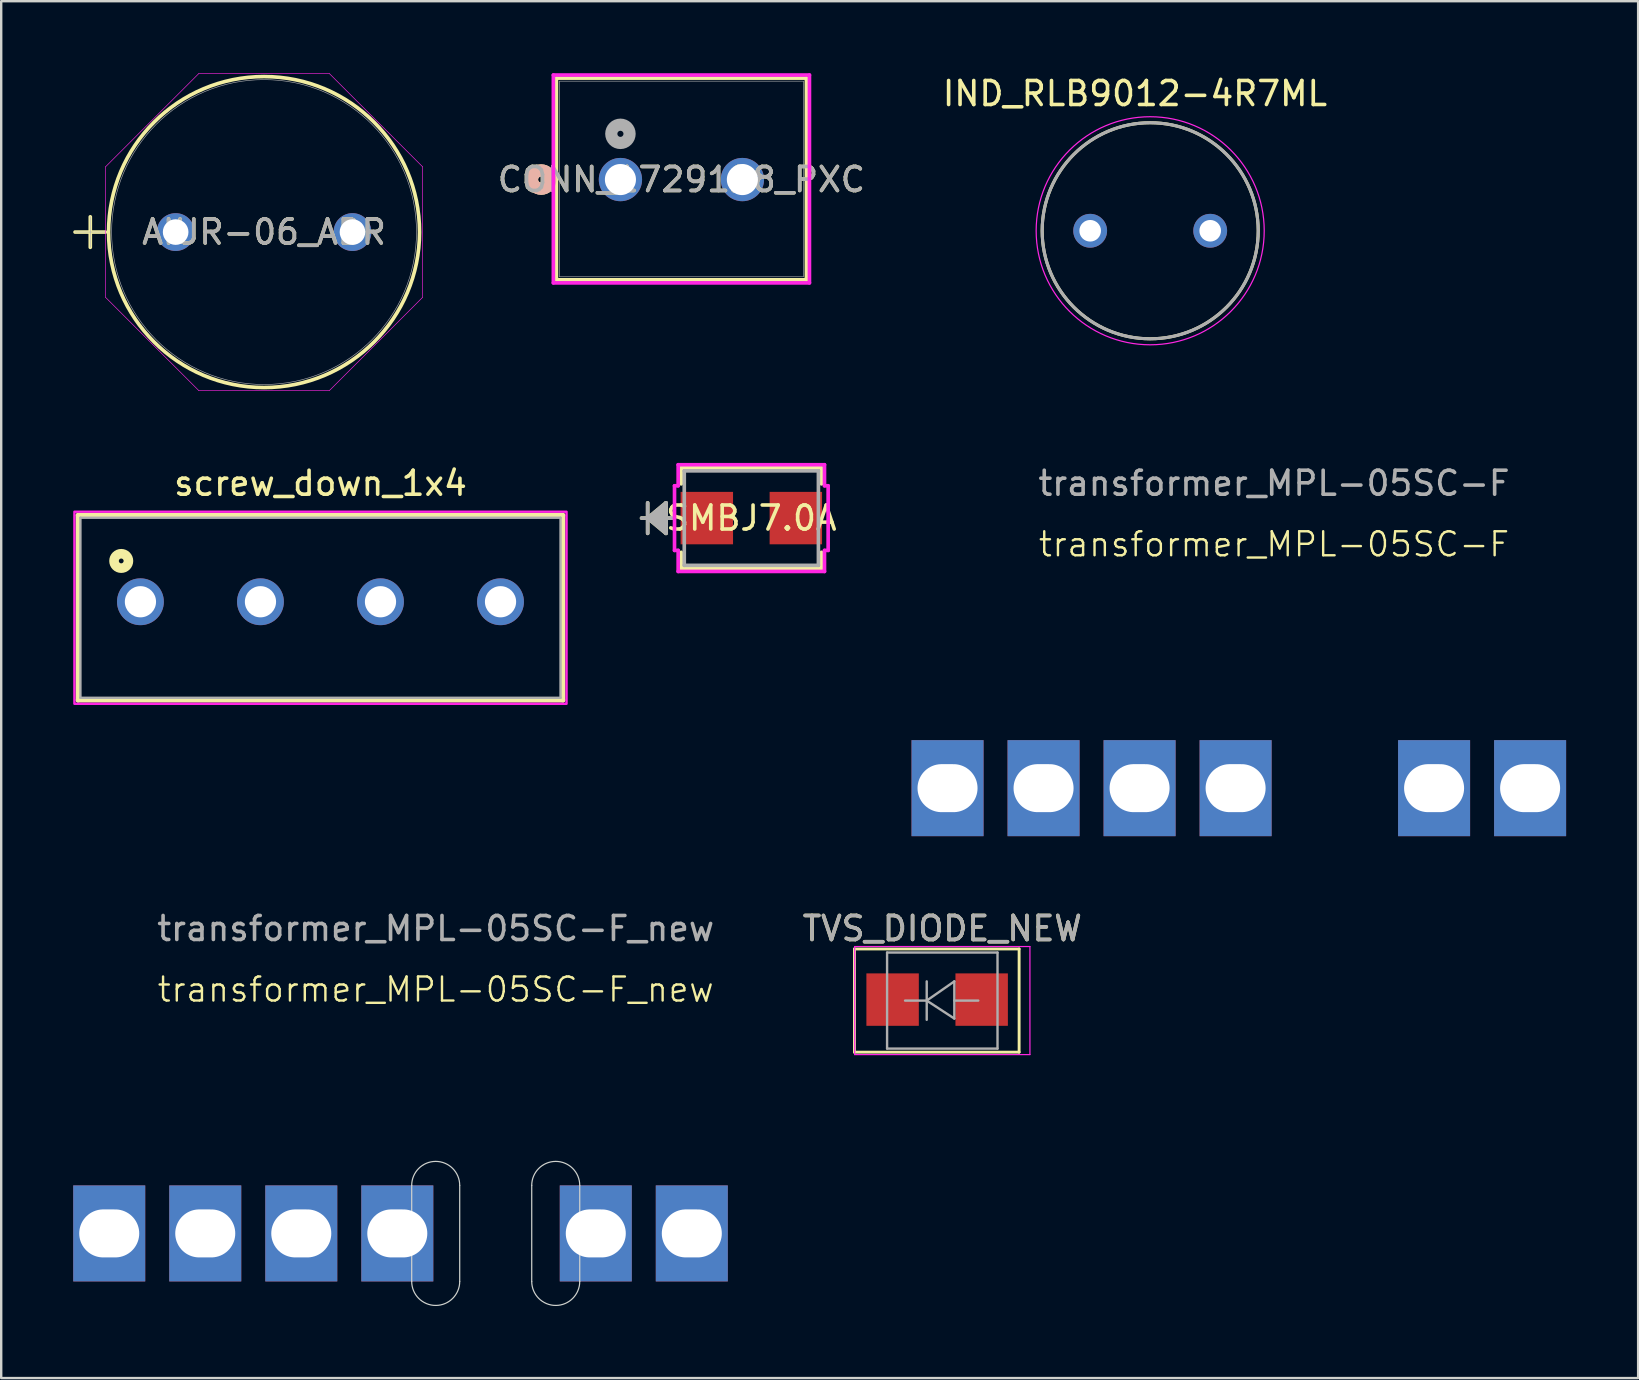
<source format=kicad_pcb>
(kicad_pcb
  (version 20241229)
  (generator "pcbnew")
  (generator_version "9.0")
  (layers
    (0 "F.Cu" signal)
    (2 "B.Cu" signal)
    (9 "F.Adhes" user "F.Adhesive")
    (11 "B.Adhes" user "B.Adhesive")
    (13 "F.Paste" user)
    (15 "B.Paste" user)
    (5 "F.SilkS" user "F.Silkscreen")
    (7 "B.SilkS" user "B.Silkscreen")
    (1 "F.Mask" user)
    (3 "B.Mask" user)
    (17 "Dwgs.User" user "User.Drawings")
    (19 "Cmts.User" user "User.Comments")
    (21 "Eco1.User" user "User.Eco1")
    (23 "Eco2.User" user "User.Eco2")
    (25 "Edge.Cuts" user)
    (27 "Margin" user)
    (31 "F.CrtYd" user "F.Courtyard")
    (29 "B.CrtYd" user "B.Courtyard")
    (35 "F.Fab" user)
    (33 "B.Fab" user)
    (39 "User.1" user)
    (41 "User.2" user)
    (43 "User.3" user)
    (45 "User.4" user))
  (footprint "TVS_DIODE_NEW"
    (layer "F.Cu")
    (at 36.203 38.63)
    (property "Reference" "TVS_DIODE_NEW" (at 0 -3 0) (layer "F.SilkS") (effects (font (size 1 1) (thickness 0.15))))
    (attr smd)
    (fp_line (start -3.66 -2.15) (end -3.66 2.15) (stroke (width 0.12) (type solid)) (layer "F.SilkS"))
    (fp_line (start -3.66 -2.15) (end 3.2 -2.15) (stroke (width 0.12) (type solid)) (layer "F.SilkS"))
    (fp_line (start -3.66 2.15) (end 3.2 2.15) (stroke (width 0.12) (type solid)) (layer "F.SilkS"))
    (fp_line (start 3.2 -2.15) (end 3.2 2.15) (stroke (width 0.12) (type solid)) (layer "F.SilkS"))
    (fp_line (start -3.65 -2.25) (end 3.65 -2.25) (stroke (width 0.05) (type solid)) (layer "F.CrtYd"))
    (fp_line (start -3.65 2.25) (end -3.65 -2.25) (stroke (width 0.05) (type solid)) (layer "F.CrtYd"))
    (fp_line (start 3.65 -2.25) (end 3.65 2.25) (stroke (width 0.05) (type solid)) (layer "F.CrtYd"))
    (fp_line (start 3.65 2.25) (end -3.65 2.25) (stroke (width 0.05) (type solid)) (layer "F.CrtYd"))
    (fp_line (start -2.3 2) (end -2.3 -2) (stroke (width 0.1) (type solid)) (layer "F.Fab"))
    (fp_line (start -0.649 -0.799) (end -0.649 0.801) (stroke (width 0.1) (type solid)) (layer "F.Fab"))
    (fp_line (start -0.649 0.001) (end -1.551 0.001) (stroke (width 0.1) (type solid)) (layer "F.Fab"))
    (fp_line (start -0.649 0.001) (end 0.501 -0.799) (stroke (width 0.1) (type solid)) (layer "F.Fab"))
    (fp_line (start -0.649 0.001) (end 0.501 0.75) (stroke (width 0.1) (type solid)) (layer "F.Fab"))
    (fp_line (start 0.501 0.001) (end 1.499 0.001) (stroke (width 0.1) (type solid)) (layer "F.Fab"))
    (fp_line (start 0.501 0.75) (end 0.501 -0.799) (stroke (width 0.1) (type solid)) (layer "F.Fab"))
    (fp_line (start 2.3 -2) (end -2.3 -2) (stroke (width 0.1) (type solid)) (layer "F.Fab"))
    (fp_line (start 2.3 -2) (end 2.3 2) (stroke (width 0.1) (type solid)) (layer "F.Fab"))
    (fp_line (start 2.3 2) (end -2.3 2) (stroke (width 0.1) (type solid)) (layer "F.Fab"))
    (fp_text user "${REFERENCE}" (at 0 -3 0) (layer "F.Fab") (effects (font (size 1 1) (thickness 0.15))))
    (pad "1" smd rect (at -2.07 -0.04 90) (size 2.184 2.184) (layers "F.Cu" "F.Mask" "F.Paste"))
    (pad "2" smd rect (at 1.64 -0.04 90) (size 2.184 2.184) (layers "F.Cu" "F.Mask" "F.Paste")))
  (footprint "AIUR-06_ABR"
    (layer "F.Cu")
    (at 4.267 6.617)
    (property "Reference" "AIUR-06_ABR" (at 3.683 0 0) (unlocked yes) (layer "F.SilkS") (effects (font (size 1 1) (thickness 0.15))))
    (attr through_hole)
    (fp_line (start -4.191 0) (end -2.921 0) (stroke (width 0.152) (type solid)) (layer "F.SilkS"))
    (fp_line (start -3.556 -0.635) (end -3.556 0.635) (stroke (width 0.152) (type solid)) (layer "F.SilkS"))
    (fp_circle (center 3.683 0) (end 10.16 0) (stroke (width 0.152) (type solid)) (fill no) (layer "F.SilkS"))
    (fp_line (start -2.921 -2.719) (end 0.964 -6.604) (stroke (width 0.025) (type solid)) (layer "F.CrtYd"))
    (fp_line (start -2.921 2.719) (end -2.921 -2.719) (stroke (width 0.025) (type solid)) (layer "F.CrtYd"))
    (fp_line (start 0.964 -6.604) (end 6.402 -6.604) (stroke (width 0.025) (type solid)) (layer "F.CrtYd"))
    (fp_line (start 0.964 6.604) (end -2.921 2.719) (stroke (width 0.025) (type solid)) (layer "F.CrtYd"))
    (fp_line (start 6.402 -6.604) (end 10.287 -2.719) (stroke (width 0.025) (type solid)) (layer "F.CrtYd"))
    (fp_line (start 6.402 6.604) (end 0.964 6.604) (stroke (width 0.025) (type solid)) (layer "F.CrtYd"))
    (fp_line (start 10.287 -2.719) (end 10.287 2.719) (stroke (width 0.025) (type solid)) (layer "F.CrtYd"))
    (fp_line (start 10.287 2.719) (end 6.402 6.604) (stroke (width 0.025) (type solid)) (layer "F.CrtYd"))
    (fp_line (start -4.191 0) (end -2.921 0) (stroke (width 0.025) (type solid)) (layer "F.Fab"))
    (fp_line (start -3.556 -0.635) (end -3.556 0.635) (stroke (width 0.025) (type solid)) (layer "F.Fab"))
    (fp_circle (center 3.683 0) (end 10.033 0) (stroke (width 0.025) (type solid)) (fill no) (layer "F.Fab"))
    (fp_text user "${REFERENCE}" (at 3.683 0 0) (unlocked yes) (layer "F.Fab") (effects (font (size 1 1) (thickness 0.15))))
    (pad "1" thru_hole circle (at 0 0) (size 1.575 1.575) (drill 1.067) (layers "*.Cu" "*.Mask"))
    (pad "2" thru_hole circle (at 7.366 0) (size 1.575 1.575) (drill 1.067) (layers "*.Cu" "*.Mask")))
  (footprint "IND_RLB9012-4R7ML"
    (layer "F.Cu")
    (at 44.863 6.563)
    (property "Reference" "IND_RLB9012-4R7ML" (at -0.635 -5.715 0) (layer "F.SilkS") (effects (font (size 1 1) (thickness 0.15))))
    (attr through_hole)
    (fp_circle (center 0 0) (end 4.5 0) (stroke (width 0.127) (type solid)) (fill no) (layer "F.SilkS"))
    (fp_circle (center 0 0) (end 4.75 0) (stroke (width 0.05) (type solid)) (fill no) (layer "F.CrtYd"))
    (fp_circle (center 0 0) (end 4.5 0) (stroke (width 0.127) (type solid)) (fill no) (layer "F.Fab"))
    (pad "1" thru_hole circle (at -2.5 0) (size 1.408 1.408) (drill 0.9) (layers "*.Cu" "*.Mask"))
    (pad "2" thru_hole circle (at 2.5 0) (size 1.408 1.408) (drill 0.9) (layers "*.Cu" "*.Mask")))
  (footprint "transformer_MPL-05SC-F_new"
    (layer "F.Cu")
    (at 15.1 48.33)
    (property "Reference" "transformer_MPL-05SC-F_new" (at 0 -10.16 0) (unlocked yes) (layer "F.SilkS") (effects (font (size 1 1) (thickness 0.1))))
    (attr smd)
    (fp_line (start -1 -2) (end -1 2) (stroke (width 0.05) (type default)) (layer "Edge.Cuts"))
    (fp_line (start 1 2) (end 1 -2) (stroke (width 0.05) (type default)) (layer "Edge.Cuts"))
    (fp_line (start 4 -2) (end 4 2) (stroke (width 0.05) (type default)) (layer "Edge.Cuts"))
    (fp_line (start 6 2) (end 6 -2) (stroke (width 0.05) (type default)) (layer "Edge.Cuts"))
    (fp_arc (start -1 -2) (mid 0 -3) (end 1 -2) (stroke (width 0.05) (type default)) (layer "Edge.Cuts"))
    (fp_arc (start 1 2) (mid 0 3) (end -1 2) (stroke (width 0.05) (type default)) (layer "Edge.Cuts"))
    (fp_arc (start 4 -2) (mid 5 -3) (end 6 -2) (stroke (width 0.05) (type default)) (layer "Edge.Cuts"))
    (fp_arc (start 6 2) (mid 5 3) (end 4 2) (stroke (width 0.05) (type default)) (layer "Edge.Cuts"))
    (fp_text user "${REFERENCE}" (at 0 -12.7 0) (unlocked yes) (layer "F.Fab") (effects (font (size 1 1) (thickness 0.15))))
    (pad "1" thru_hole rect (at -13.6 0) (size 3 4) (drill oval 2.5 2) (layers "*.Cu" "*.Mask"))
    (pad "2" thru_hole rect (at -9.6 0) (size 3 4) (drill oval 2.5 2) (layers "*.Cu" "*.Mask"))
    (pad "3" thru_hole rect (at -5.6 0) (size 3 4) (drill oval 2.5 2) (layers "*.Cu" "*.Mask"))
    (pad "4" thru_hole rect (at -1.6 0) (size 3 4) (drill oval 2.5 2) (layers "*.Cu" "*.Mask"))
    (pad "5" thru_hole rect (at 6.668 0) (size 3 4) (drill oval 2.5 2) (layers "*.Cu" "*.Mask"))
    (pad "6" thru_hole rect (at 10.668 0) (size 3 4) (drill oval 2.5 2) (layers "*.Cu" "*.Mask")))
  (footprint "SMBJ7.0A"
    (layer "F.Cu")
    (at 28.248 18.532)
    (property "Reference" "SMBJ7.0A" (at 0 0 0) (layer "F.SilkS") (effects (font (size 1 1) (thickness 0.15))))
    (attr through_hole)
    (fp_line (start -4.318 -0.635) (end -4.318 0.635) (stroke (width 0.152) (type solid)) (layer "F.SilkS"))
    (fp_line (start -4.318 0) (end -3.556 -0.635) (stroke (width 0.152) (type solid)) (layer "F.SilkS"))
    (fp_line (start -4.318 0) (end -3.556 -0.508) (stroke (width 0.152) (type solid)) (layer "F.SilkS"))
    (fp_line (start -4.318 0) (end -3.556 -0.381) (stroke (width 0.152) (type solid)) (layer "F.SilkS"))
    (fp_line (start -4.318 0) (end -3.556 -0.254) (stroke (width 0.152) (type solid)) (layer "F.SilkS"))
    (fp_line (start -4.318 0) (end -3.556 -0.127) (stroke (width 0.152) (type solid)) (layer "F.SilkS"))
    (fp_line (start -4.318 0) (end -3.556 0.127) (stroke (width 0.152) (type solid)) (layer "F.SilkS"))
    (fp_line (start -4.318 0) (end -3.556 0.254) (stroke (width 0.152) (type solid)) (layer "F.SilkS"))
    (fp_line (start -4.318 0) (end -3.556 0.381) (stroke (width 0.152) (type solid)) (layer "F.SilkS"))
    (fp_line (start -4.318 0) (end -3.556 0.508) (stroke (width 0.152) (type solid)) (layer "F.SilkS"))
    (fp_line (start -4.318 0) (end -3.556 0.635) (stroke (width 0.152) (type solid)) (layer "F.SilkS"))
    (fp_line (start -3.556 -0.635) (end -3.556 0.635) (stroke (width 0.152) (type solid)) (layer "F.SilkS"))
    (fp_line (start -3.302 0) (end -4.572 0) (stroke (width 0.152) (type solid)) (layer "F.SilkS"))
    (fp_line (start -2.921 -2.095) (end -2.921 -1.425) (stroke (width 0.152) (type solid)) (layer "F.SilkS"))
    (fp_line (start -2.921 1.425) (end -2.921 2.095) (stroke (width 0.152) (type solid)) (layer "F.SilkS"))
    (fp_line (start -2.921 2.095) (end 2.921 2.095) (stroke (width 0.152) (type solid)) (layer "F.SilkS"))
    (fp_line (start 2.921 -2.095) (end -2.921 -2.095) (stroke (width 0.152) (type solid)) (layer "F.SilkS"))
    (fp_line (start 2.921 -1.425) (end 2.921 -2.095) (stroke (width 0.152) (type solid)) (layer "F.SilkS"))
    (fp_line (start 2.921 2.095) (end 2.921 1.425) (stroke (width 0.152) (type solid)) (layer "F.SilkS"))
    (fp_line (start -3.2 -1.346) (end -3.048 -1.346) (stroke (width 0.152) (type solid)) (layer "F.CrtYd"))
    (fp_line (start -3.2 1.346) (end -3.2 -1.346) (stroke (width 0.152) (type solid)) (layer "F.CrtYd"))
    (fp_line (start -3.048 -2.223) (end 3.048 -2.223) (stroke (width 0.152) (type solid)) (layer "F.CrtYd"))
    (fp_line (start -3.048 -1.346) (end -3.048 -2.223) (stroke (width 0.152) (type solid)) (layer "F.CrtYd"))
    (fp_line (start -3.048 1.346) (end -3.2 1.346) (stroke (width 0.152) (type solid)) (layer "F.CrtYd"))
    (fp_line (start -3.048 2.223) (end -3.048 1.346) (stroke (width 0.152) (type solid)) (layer "F.CrtYd"))
    (fp_line (start 3.048 -2.223) (end 3.048 -1.346) (stroke (width 0.152) (type solid)) (layer "F.CrtYd"))
    (fp_line (start 3.048 -1.346) (end 3.2 -1.346) (stroke (width 0.152) (type solid)) (layer "F.CrtYd"))
    (fp_line (start 3.048 1.346) (end 3.048 2.223) (stroke (width 0.152) (type solid)) (layer "F.CrtYd"))
    (fp_line (start 3.048 2.223) (end -3.048 2.223) (stroke (width 0.152) (type solid)) (layer "F.CrtYd"))
    (fp_line (start 3.2 -1.346) (end 3.2 1.346) (stroke (width 0.152) (type solid)) (layer "F.CrtYd"))
    (fp_line (start 3.2 1.346) (end 3.048 1.346) (stroke (width 0.152) (type solid)) (layer "F.CrtYd"))
    (fp_line (start -4.318 -0.635) (end -4.318 0.635) (stroke (width 0.152) (type solid)) (layer "F.Fab"))
    (fp_line (start -4.318 0) (end -3.556 -0.635) (stroke (width 0.152) (type solid)) (layer "F.Fab"))
    (fp_line (start -4.318 0) (end -3.556 -0.508) (stroke (width 0.152) (type solid)) (layer "F.Fab"))
    (fp_line (start -4.318 0) (end -3.556 -0.381) (stroke (width 0.152) (type solid)) (layer "F.Fab"))
    (fp_line (start -4.318 0) (end -3.556 -0.254) (stroke (width 0.152) (type solid)) (layer "F.Fab"))
    (fp_line (start -4.318 0) (end -3.556 -0.127) (stroke (width 0.152) (type solid)) (layer "F.Fab"))
    (fp_line (start -4.318 0) (end -3.556 0.127) (stroke (width 0.152) (type solid)) (layer "F.Fab"))
    (fp_line (start -4.318 0) (end -3.556 0.254) (stroke (width 0.152) (type solid)) (layer "F.Fab"))
    (fp_line (start -4.318 0) (end -3.556 0.381) (stroke (width 0.152) (type solid)) (layer "F.Fab"))
    (fp_line (start -4.318 0) (end -3.556 0.508) (stroke (width 0.152) (type solid)) (layer "F.Fab"))
    (fp_line (start -4.318 0) (end -3.556 0.635) (stroke (width 0.152) (type solid)) (layer "F.Fab"))
    (fp_line (start -3.556 -0.635) (end -3.556 0.635) (stroke (width 0.152) (type solid)) (layer "F.Fab"))
    (fp_line (start -3.302 0) (end -4.572 0) (stroke (width 0.152) (type solid)) (layer "F.Fab"))
    (fp_line (start -2.794 -1.968) (end -2.794 1.968) (stroke (width 0.152) (type solid)) (layer "F.Fab"))
    (fp_line (start -2.794 1.968) (end 2.794 1.968) (stroke (width 0.152) (type solid)) (layer "F.Fab"))
    (fp_line (start 2.794 -1.968) (end -2.794 -1.968) (stroke (width 0.152) (type solid)) (layer "F.Fab"))
    (fp_line (start 2.794 1.968) (end 2.794 -1.968) (stroke (width 0.152) (type solid)) (layer "F.Fab"))
    (fp_text user "Copyright 2016 Accelerated Designs. All rights reserved." (at 0 0 0) (layer "Cmts.User") (effects (font (size 0.127 0.127) (thickness 0.002))))
    (pad "1" smd rect (at -1.854 0 90) (size 2.184 2.184) (layers "F.Cu" "F.Mask" "F.Paste"))
    (pad "2" smd rect (at 1.854 0 90) (size 2.184 2.184) (layers "F.Cu" "F.Mask" "F.Paste")))
  (footprint "screw_down_1x4"
    (layer "F.Cu")
    (at 10.3 22.017)
    (property "Reference" "screw_down_1x4" (at 0 -4.935 0) (layer "F.SilkS") (effects (font (size 1 1) (thickness 0.15))))
    (attr through_hole)
    (fp_line (start -10.1 -3.6) (end 10.1 -3.6) (stroke (width 0.2) (type solid)) (layer "F.SilkS"))
    (fp_line (start -10.1 4.1) (end -10.1 -3.6) (stroke (width 0.2) (type solid)) (layer "F.SilkS"))
    (fp_line (start 10.1 -3.6) (end 10.1 4.1) (stroke (width 0.2) (type solid)) (layer "F.SilkS"))
    (fp_line (start 10.1 4.1) (end -10.1 4.1) (stroke (width 0.2) (type solid)) (layer "F.SilkS"))
    (fp_circle (center -8.3 -1.7) (end -8.2 -1.7) (stroke (width 0.4) (type solid)) (fill no) (layer "F.SilkS"))
    (fp_poly (pts (xy -10.25 -3.75) (xy 10.25 -3.75) (xy 10.25 4.25) (xy -10.25 4.25)) (stroke (width 0.1) (type solid)) (fill no) (layer "F.CrtYd"))
    (fp_line (start -10 -3.5) (end 10 -3.5) (stroke (width 0.1) (type solid)) (layer "F.Fab"))
    (fp_line (start -10 4) (end -10 -3.5) (stroke (width 0.1) (type solid)) (layer "F.Fab"))
    (fp_line (start 10 -3.5) (end 10 4) (stroke (width 0.1) (type solid)) (layer "F.Fab"))
    (fp_line (start 10 4) (end -10 4) (stroke (width 0.1) (type solid)) (layer "F.Fab"))
    (pad "1" thru_hole circle (at -7.5 0) (size 1.95 1.95) (drill 1.3) (layers "*.Cu" "*.Mask"))
    (pad "2" thru_hole circle (at -2.5 0) (size 1.95 1.95) (drill 1.3) (layers "*.Cu" "*.Mask"))
    (pad "3" thru_hole circle (at 2.5 0) (size 1.95 1.95) (drill 1.3) (layers "*.Cu" "*.Mask"))
    (pad "4" thru_hole circle (at 7.5 0) (size 1.95 1.95) (drill 1.3) (layers "*.Cu" "*.Mask")))
  (footprint "transformer_MPL-05SC-F"
    (layer "F.Cu")
    (at 50.021 29.782)
    (property "Reference" "transformer_MPL-05SC-F" (at 0 -10.16 0) (unlocked yes) (layer "F.SilkS") (effects (font (size 1 1) (thickness 0.1))))
    (attr smd)
    (fp_text user "${REFERENCE}" (at 0 -12.7 0) (unlocked yes) (layer "F.Fab") (effects (font (size 1 1) (thickness 0.15))))
    (pad "1" thru_hole rect (at -13.6 0) (size 3 4) (drill oval 2.5 2) (layers "*.Cu" "*.Mask"))
    (pad "2" thru_hole rect (at -9.6 0) (size 3 4) (drill oval 2.5 2) (layers "*.Cu" "*.Mask"))
    (pad "3" thru_hole rect (at -5.6 0) (size 3 4) (drill oval 2.5 2) (layers "*.Cu" "*.Mask"))
    (pad "4" thru_hole rect (at -1.6 0) (size 3 4) (drill oval 2.5 2) (layers "*.Cu" "*.Mask"))
    (pad "5" thru_hole rect (at 6.668 0) (size 3 4) (drill oval 2.5 2) (layers "*.Cu" "*.Mask"))
    (pad "6" thru_hole rect (at 10.668 0) (size 3 4) (drill oval 2.5 2) (layers "*.Cu" "*.Mask")))
  (footprint "CONN_1729128_PXC"
    (layer "F.Cu")
    (at 22.795 4.43)
    (property "Reference" "CONN_1729128_PXC" (at 2.54 0 0) (unlocked yes) (layer "F.SilkS") (effects (font (size 1 1) (thickness 0.15))))
    (attr through_hole)
    (fp_line (start -2.667 -4.227) (end -2.667 4.177) (stroke (width 0.152) (type solid)) (layer "F.SilkS"))
    (fp_line (start -2.667 4.177) (end 7.747 4.177) (stroke (width 0.152) (type solid)) (layer "F.SilkS"))
    (fp_line (start 7.747 -4.227) (end -2.667 -4.227) (stroke (width 0.152) (type solid)) (layer "F.SilkS"))
    (fp_line (start 7.747 4.177) (end 7.747 -4.227) (stroke (width 0.152) (type solid)) (layer "F.SilkS"))
    (fp_circle (center -3.302 0) (end -2.921 0) (stroke (width 0.508) (type solid)) (fill no) (layer "F.SilkS"))
    (fp_circle (center -3.302 0) (end -2.921 0) (stroke (width 0.508) (type solid)) (fill no) (layer "B.SilkS"))
    (fp_line (start -2.794 -4.354) (end -2.794 4.304) (stroke (width 0.152) (type solid)) (layer "F.CrtYd"))
    (fp_line (start -2.794 4.304) (end 7.874 4.304) (stroke (width 0.152) (type solid)) (layer "F.CrtYd"))
    (fp_line (start 7.874 -4.354) (end -2.794 -4.354) (stroke (width 0.152) (type solid)) (layer "F.CrtYd"))
    (fp_line (start 7.874 4.304) (end 7.874 -4.354) (stroke (width 0.152) (type solid)) (layer "F.CrtYd"))
    (fp_line (start -2.54 -4.1) (end -2.54 4.05) (stroke (width 0.025) (type solid)) (layer "F.Fab"))
    (fp_line (start -2.54 4.05) (end 7.62 4.05) (stroke (width 0.025) (type solid)) (layer "F.Fab"))
    (fp_line (start 7.62 -4.1) (end -2.54 -4.1) (stroke (width 0.025) (type solid)) (layer "F.Fab"))
    (fp_line (start 7.62 4.05) (end 7.62 -4.1) (stroke (width 0.025) (type solid)) (layer "F.Fab"))
    (fp_circle (center 0 -1.905) (end 0.381 -1.905) (stroke (width 0.508) (type solid)) (fill no) (layer "F.Fab"))
    (fp_text user "${REFERENCE}" (at 2.54 0 0) (unlocked yes) (layer "F.Fab") (effects (font (size 1 1) (thickness 0.15))))
    (pad "1" thru_hole circle (at 0 0) (size 1.803 1.803) (drill 1.295) (layers "*.Cu" "*.Mask"))
    (pad "2" thru_hole circle (at 5.08 0) (size 1.803 1.803) (drill 1.295) (layers "*.Cu" "*.Mask")))
  (gr_rect
    (start -3 -3)
    (end 65.189 54.355)
    (stroke (width 0.1) (type default))
    (fill no)
    (layer "Edge.Cuts")))
</source>
